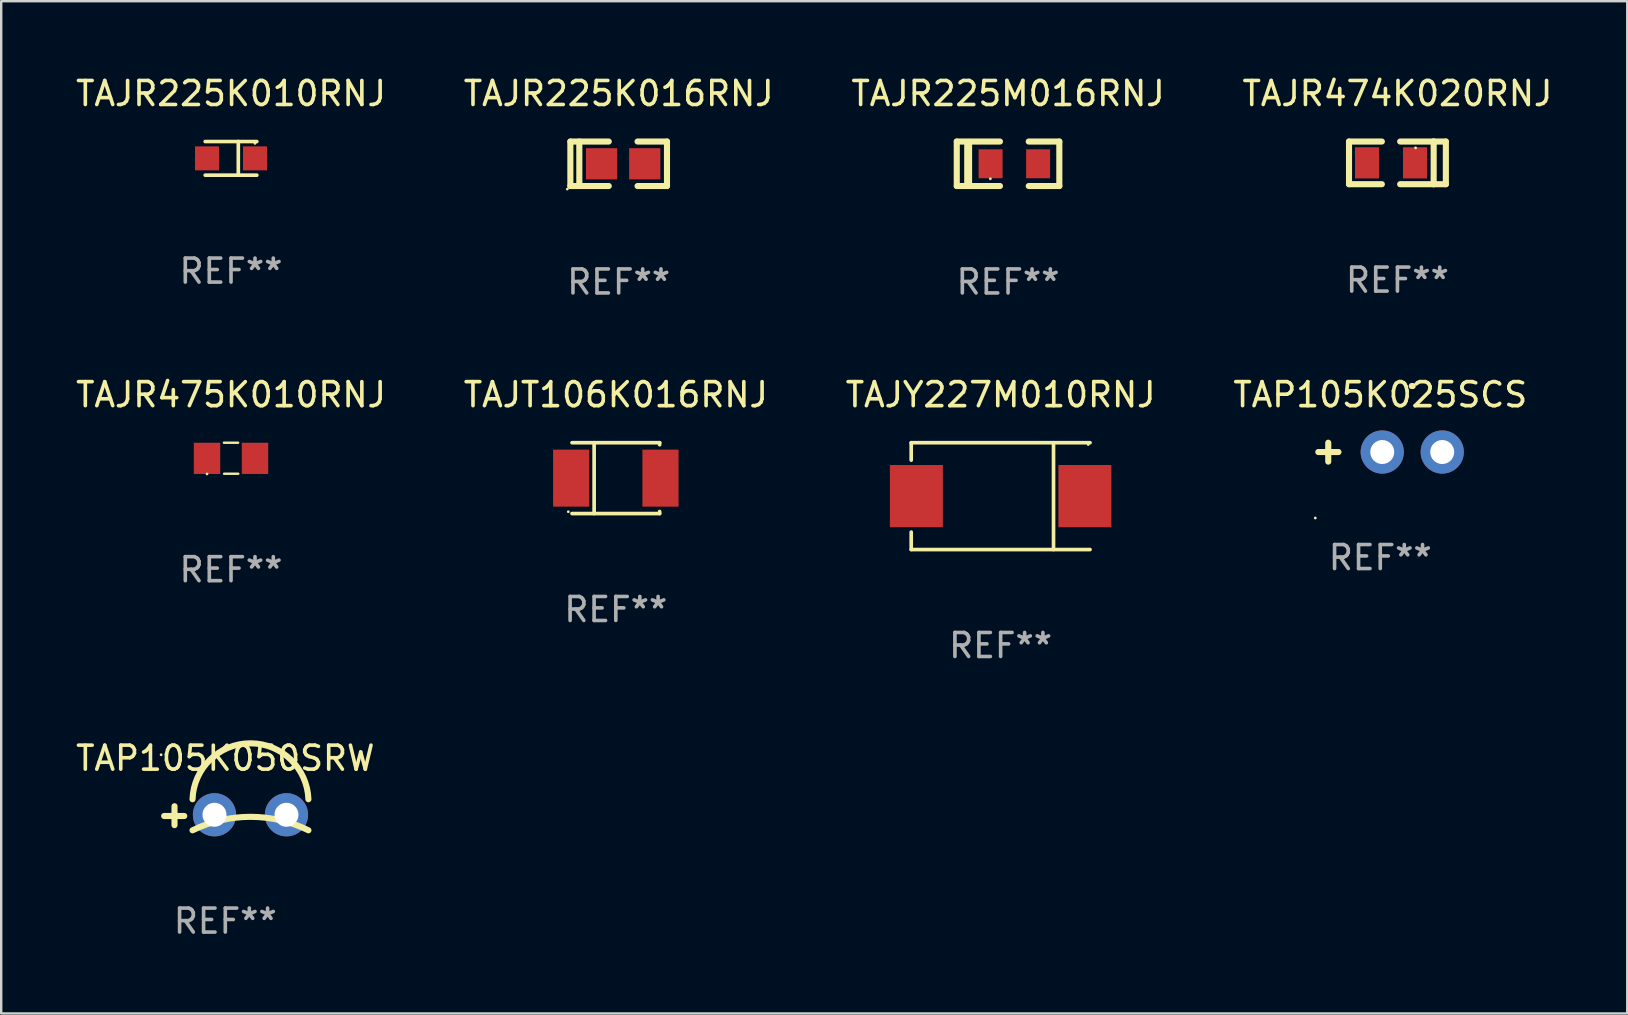
<source format=kicad_pcb>
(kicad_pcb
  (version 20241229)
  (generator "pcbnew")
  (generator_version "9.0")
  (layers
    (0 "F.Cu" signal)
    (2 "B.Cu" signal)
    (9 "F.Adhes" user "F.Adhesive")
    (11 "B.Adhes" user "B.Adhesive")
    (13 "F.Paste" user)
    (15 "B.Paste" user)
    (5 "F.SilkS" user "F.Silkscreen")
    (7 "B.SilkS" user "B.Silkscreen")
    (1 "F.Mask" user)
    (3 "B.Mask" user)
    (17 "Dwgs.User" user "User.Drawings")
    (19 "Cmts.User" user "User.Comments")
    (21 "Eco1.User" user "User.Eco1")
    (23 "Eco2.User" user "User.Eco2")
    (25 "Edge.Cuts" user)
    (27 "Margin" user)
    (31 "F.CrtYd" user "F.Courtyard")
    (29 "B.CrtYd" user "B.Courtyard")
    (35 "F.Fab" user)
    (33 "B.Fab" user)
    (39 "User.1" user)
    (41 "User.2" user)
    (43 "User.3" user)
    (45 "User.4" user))
  (footprint "TAJT106K016RNJ"
    (layer "F.Cu")
    (at 22.613 16.875)
    (property "Reference" "TAJT106K016RNJ" (at 0 -3.476 0) (layer "F.SilkS") (effects (font (size 1 1) (thickness 0.15))))
    (attr through_hole)
    (fp_line (start -0.904 1.476) (end -0.904 -1.476) (stroke (width 0.152) (type solid)) (layer "F.SilkS"))
    (fp_line (start 1.826 -1.476) (end -1.826 -1.476) (stroke (width 0.152) (type solid)) (layer "F.SilkS"))
    (fp_line (start 1.826 -1.476) (end 1.826 -1.391) (stroke (width 0.152) (type solid)) (layer "F.SilkS"))
    (fp_line (start 1.826 1.476) (end -1.826 1.476) (stroke (width 0.152) (type solid)) (layer "F.SilkS"))
    (fp_line (start 1.826 1.476) (end 1.826 1.391) (stroke (width 0.152) (type solid)) (layer "F.SilkS"))
    (fp_circle (center -1.98 1.4) (end -1.95 1.4) (stroke (width 0.06) (type solid)) (fill no) (layer "F.SilkS"))
    (fp_text user "REF**" (at 0 5.476 0) (layer "F.Fab") (effects (font (size 1 1) (thickness 0.15))))
    (pad "1" smd rect (at -1.861 0 180) (size 1.506 2.376) (layers "F.Cu" "F.Mask" "F.Paste"))
    (pad "2" smd rect (at 1.861 0 180) (size 1.506 2.376) (layers "F.Cu" "F.Mask" "F.Paste")))
  (footprint "TAJY227M010RNJ"
    (layer "F.Cu")
    (at 38.649 17.625)
    (property "Reference" "TAJY227M010RNJ" (at 0 -4.226 0) (layer "F.SilkS") (effects (font (size 1 1) (thickness 0.15))))
    (attr through_hole)
    (fp_line (start -3.726 -2.226) (end -3.726 -1.499) (stroke (width 0.152) (type solid)) (layer "F.SilkS"))
    (fp_line (start -3.726 -2.226) (end 3.726 -2.226) (stroke (width 0.152) (type solid)) (layer "F.SilkS"))
    (fp_line (start -3.726 2.226) (end -3.726 1.499) (stroke (width 0.152) (type solid)) (layer "F.SilkS"))
    (fp_line (start -3.726 2.226) (end 3.726 2.226) (stroke (width 0.152) (type solid)) (layer "F.SilkS"))
    (fp_line (start 2.204 -2.226) (end 2.204 2.226) (stroke (width 0.152) (type solid)) (layer "F.SilkS"))
    (fp_circle (center 3.65 -2.15) (end 3.68 -2.15) (stroke (width 0.06) (type solid)) (fill no) (layer "F.SilkS"))
    (fp_text user "REF**" (at 0 6.226 0) (layer "F.Fab") (effects (font (size 1 1) (thickness 0.15))))
    (pad "1" smd rect (at 3.511 0) (size 2.207 2.592) (layers "F.Cu" "F.Mask" "F.Paste"))
    (pad "2" smd rect (at -3.511 0) (size 2.207 2.592) (layers "F.Cu" "F.Mask" "F.Paste")))
  (footprint "TAJR225K010RNJ"
    (layer "F.Cu")
    (at 6.577 3.549)
    (property "Reference" "TAJR225K010RNJ" (at 0 -2.701 0) (layer "F.SilkS") (effects (font (size 1 1) (thickness 0.15))))
    (attr through_hole)
    (fp_line (start -1.076 -0.701) (end 1.076 -0.701) (stroke (width 0.152) (type solid)) (layer "F.SilkS"))
    (fp_line (start -1.076 0.701) (end 1.076 0.701) (stroke (width 0.152) (type solid)) (layer "F.SilkS"))
    (fp_line (start 0.304 -0.701) (end 0.304 0.701) (stroke (width 0.152) (type solid)) (layer "F.SilkS"))
    (fp_circle (center 1 -0.625) (end 1.03 -0.625) (stroke (width 0.06) (type solid)) (fill no) (layer "F.SilkS"))
    (fp_text user "REF**" (at 0 4.701 0) (layer "F.Fab") (effects (font (size 1 1) (thickness 0.15))))
    (pad "1" smd rect (at 1 0) (size 1 1) (layers "F.Cu" "F.Mask" "F.Paste"))
    (pad "2" smd rect (at -1 0) (size 1 1) (layers "F.Cu" "F.Mask" "F.Paste")))
  (footprint "TAJR225M016RNJ"
    (layer "F.Cu")
    (at 38.958 3.775)
    (property "Reference" "TAJR225M016RNJ" (at 0 -2.927 0) (layer "F.SilkS") (effects (font (size 1 1) (thickness 0.15))))
    (attr through_hole)
    (fp_line (start -2.137 0.927) (end -2.137 -0.927) (stroke (width 0.254) (type solid)) (layer "F.SilkS"))
    (fp_line (start -1.662 0.874) (end -1.662 -0.874) (stroke (width 0.33) (type solid)) (layer "F.SilkS"))
    (fp_line (start -0.337 -0.927) (end -2.137 -0.927) (stroke (width 0.254) (type solid)) (layer "F.SilkS"))
    (fp_line (start -0.337 0.927) (end -2.137 0.927) (stroke (width 0.254) (type solid)) (layer "F.SilkS"))
    (fp_line (start 0.862 0.927) (end 2.137 0.927) (stroke (width 0.254) (type solid)) (layer "F.SilkS"))
    (fp_line (start 2.137 -0.927) (end 0.862 -0.927) (stroke (width 0.254) (type solid)) (layer "F.SilkS"))
    (fp_line (start 2.137 0.927) (end 2.137 -0.927) (stroke (width 0.254) (type solid)) (layer "F.SilkS"))
    (fp_circle (center -0.737 0.625) (end -0.707 0.625) (stroke (width 0.06) (type solid)) (fill no) (layer "F.SilkS"))
    (fp_text user "REF**" (at 0 4.927 0) (layer "F.Fab") (effects (font (size 1 1) (thickness 0.15))))
    (pad "1" smd rect (at -0.728 0) (size 1 1.207) (layers "F.Cu" "F.Mask" "F.Paste"))
    (pad "2" smd rect (at 1.253 0) (size 1 1.207) (layers "F.Cu" "F.Mask" "F.Paste")))
  (footprint "TAP105K025SCS"
    (layer "F.Cu")
    (at 54.47 15.793)
    (property "Reference" "TAP105K025SCS" (at 0 -2.394 0) (layer "F.SilkS") (effects (font (size 1 1) (thickness 0.15))))
    (attr through_hole)
    (fp_line (start -2.168 0.394) (end -2.168 -0.394) (stroke (width 0.254) (type solid)) (layer "F.SilkS"))
    (fp_line (start -1.743 -0.006) (end -2.582 -0.006) (stroke (width 0.254) (type solid)) (layer "F.SilkS"))
    (fp_arc (start 1.311303 -2.756236) (mid 1.331623 -2.756311) (end 1.351943 -2.756236) (stroke (width 0.254001) (type solid)) (layer "F.SilkS"))
    (fp_circle (center -2.709 2.744) (end -2.679 2.744) (stroke (width 0.06) (type solid)) (fill no) (layer "F.SilkS"))
    (fp_text user "REF**" (at 0 4.394 0) (layer "F.Fab") (effects (font (size 1 1) (thickness 0.15))))
    (pad "1" thru_hole circle (at 0.082 -0.006) (size 1.8 1.8) (drill 1) (layers "*.Cu" "*.Mask"))
    (pad "2" thru_hole circle (at 2.582 -0.006) (size 1.8 1.8) (drill 1) (layers "*.Cu" "*.Mask")))
  (footprint "TAJR474K020RNJ"
    (layer "F.Cu")
    (at 55.185 3.737)
    (property "Reference" "TAJR474K020RNJ" (at 0 -2.889 0) (layer "F.SilkS") (effects (font (size 1 1) (thickness 0.15))))
    (attr through_hole)
    (fp_line (start -2.018 -0.889) (end -2.018 0.889) (stroke (width 0.254) (type solid)) (layer "F.SilkS"))
    (fp_line (start -2.018 -0.889) (end -0.649 -0.889) (stroke (width 0.254) (type solid)) (layer "F.SilkS"))
    (fp_line (start -2.018 0.889) (end -0.649 0.889) (stroke (width 0.254) (type solid)) (layer "F.SilkS"))
    (fp_line (start 1.51 -0.889) (end 0.113 -0.889) (stroke (width 0.254) (type solid)) (layer "F.SilkS"))
    (fp_line (start 1.51 -0.889) (end 1.51 0.889) (stroke (width 0.254) (type solid)) (layer "F.SilkS"))
    (fp_line (start 1.51 -0.889) (end 2.018 -0.889) (stroke (width 0.254) (type solid)) (layer "F.SilkS"))
    (fp_line (start 1.51 0.889) (end 0.113 0.889) (stroke (width 0.254) (type solid)) (layer "F.SilkS"))
    (fp_line (start 2.018 -0.889) (end 2.018 0.889) (stroke (width 0.254) (type solid)) (layer "F.SilkS"))
    (fp_line (start 2.018 0.889) (end 1.51 0.889) (stroke (width 0.254) (type solid)) (layer "F.SilkS"))
    (fp_circle (center 0.757 -0.625) (end 0.787 -0.625) (stroke (width 0.06) (type solid)) (fill no) (layer "F.SilkS"))
    (fp_text user "REF**" (at 0 4.889 0) (layer "F.Fab") (effects (font (size 1 1) (thickness 0.15))))
    (pad "1" smd rect (at 0.732 0) (size 1 1.3) (layers "F.Cu" "F.Mask" "F.Paste"))
    (pad "2" smd rect (at -1.268 0) (size 1 1.3) (layers "F.Cu" "F.Mask" "F.Paste")))
  (footprint "TAJR475K010RNJ"
    (layer "F.Cu")
    (at 6.577 16.046)
    (property "Reference" "TAJR475K010RNJ" (at 0 -2.647 0) (layer "F.SilkS") (effects (font (size 1 1) (thickness 0.15))))
    (attr through_hole)
    (fp_line (start -0.296 -0.647) (end 0.296 -0.647) (stroke (width 0.1) (type solid)) (layer "F.SilkS"))
    (fp_line (start -0.289 0.647) (end 0.303 0.647) (stroke (width 0.1) (type solid)) (layer "F.SilkS"))
    (fp_circle (center -1 0.655) (end -0.97 0.655) (stroke (width 0.06) (type solid)) (fill no) (layer "F.SilkS"))
    (fp_text user "REF**" (at 0 4.647 0) (layer "F.Fab") (effects (font (size 1 1) (thickness 0.15))))
    (pad "1" smd rect (at -1 0.005) (size 1.1 1.3) (layers "F.Cu" "F.Mask" "F.Paste"))
    (pad "2" smd rect (at 1 0.005) (size 1.1 1.3) (layers "F.Cu" "F.Mask" "F.Paste")))
  (footprint "TAJR225K016RNJ"
    (layer "F.Cu")
    (at 22.732 3.775)
    (property "Reference" "TAJR225K016RNJ" (at 0 -2.927 0) (layer "F.SilkS") (effects (font (size 1 1) (thickness 0.15))))
    (attr through_hole)
    (fp_line (start -2.013 -0.927) (end -2.013 0.927) (stroke (width 0.254) (type solid)) (layer "F.SilkS"))
    (fp_line (start -2.013 0.927) (end -0.413 0.927) (stroke (width 0.254) (type solid)) (layer "F.SilkS"))
    (fp_line (start -1.64 -0.927) (end -1.64 0.927) (stroke (width 0.254) (type solid)) (layer "F.SilkS"))
    (fp_line (start -0.413 -0.927) (end -2.013 -0.927) (stroke (width 0.254) (type solid)) (layer "F.SilkS"))
    (fp_line (start 0.786 -0.927) (end 2.013 -0.927) (stroke (width 0.254) (type solid)) (layer "F.SilkS"))
    (fp_line (start 2.013 -0.927) (end 2.013 0.927) (stroke (width 0.254) (type solid)) (layer "F.SilkS"))
    (fp_line (start 2.013 0.927) (end 0.786 0.927) (stroke (width 0.254) (type solid)) (layer "F.SilkS"))
    (fp_circle (center -2.14 1.054) (end -2.11 1.054) (stroke (width 0.06) (type solid)) (fill no) (layer "F.SilkS"))
    (fp_text user "REF**" (at 0 4.927 0) (layer "F.Fab") (effects (font (size 1 1) (thickness 0.15))))
    (pad "1" smd rect (at -0.712 0) (size 1.3 1.3) (layers "F.Cu" "F.Mask" "F.Paste"))
    (pad "2" smd rect (at 1.086 0) (size 1.3 1.3) (layers "F.Cu" "F.Mask" "F.Paste")))
  (footprint "TAP105K050SRW"
    (layer "F.Cu")
    (at 6.339 30.942)
    (property "Reference" "TAP105K050SRW" (at 0 -2.394 0) (layer "F.SilkS") (effects (font (size 1 1) (thickness 0.15))))
    (attr through_hole)
    (fp_line (start -2.117 0.394) (end -2.117 -0.394) (stroke (width 0.254) (type solid)) (layer "F.SilkS"))
    (fp_line (start -1.711 0.013) (end -2.549 0.013) (stroke (width 0.254) (type solid)) (layer "F.SilkS"))
    (fp_arc (start -1.366193 0.608941) (mid 1.048615 0.047743) (end 3.463424 0.60894) (stroke (width 0.254001) (type solid)) (layer "F.SilkS"))
    (fp_arc (start -1.366192 -0.685141) (mid 1.048616 -3.016259) (end 3.463424 -0.685141) (stroke (width 0.254001) (type solid)) (layer "F.SilkS"))
    (fp_circle (center -2.676 -2.538) (end -2.646 -2.538) (stroke (width 0.06) (type solid)) (fill no) (layer "F.SilkS"))
    (fp_text user "REF**" (at 0 4.394 0) (layer "F.Fab") (effects (font (size 1 1) (thickness 0.15))))
    (pad "1" thru_hole circle (at -0.451 -0.038) (size 1.8 1.8) (drill 1) (layers "*.Cu" "*.Mask"))
    (pad "2" thru_hole circle (at 2.549 -0.038) (size 1.8 1.8) (drill 1) (layers "*.Cu" "*.Mask")))
  (gr_rect
    (start -3 -3)
    (end 64.762 39.184)
    (stroke (width 0.1) (type default))
    (fill no)
    (layer "Edge.Cuts")))
</source>
